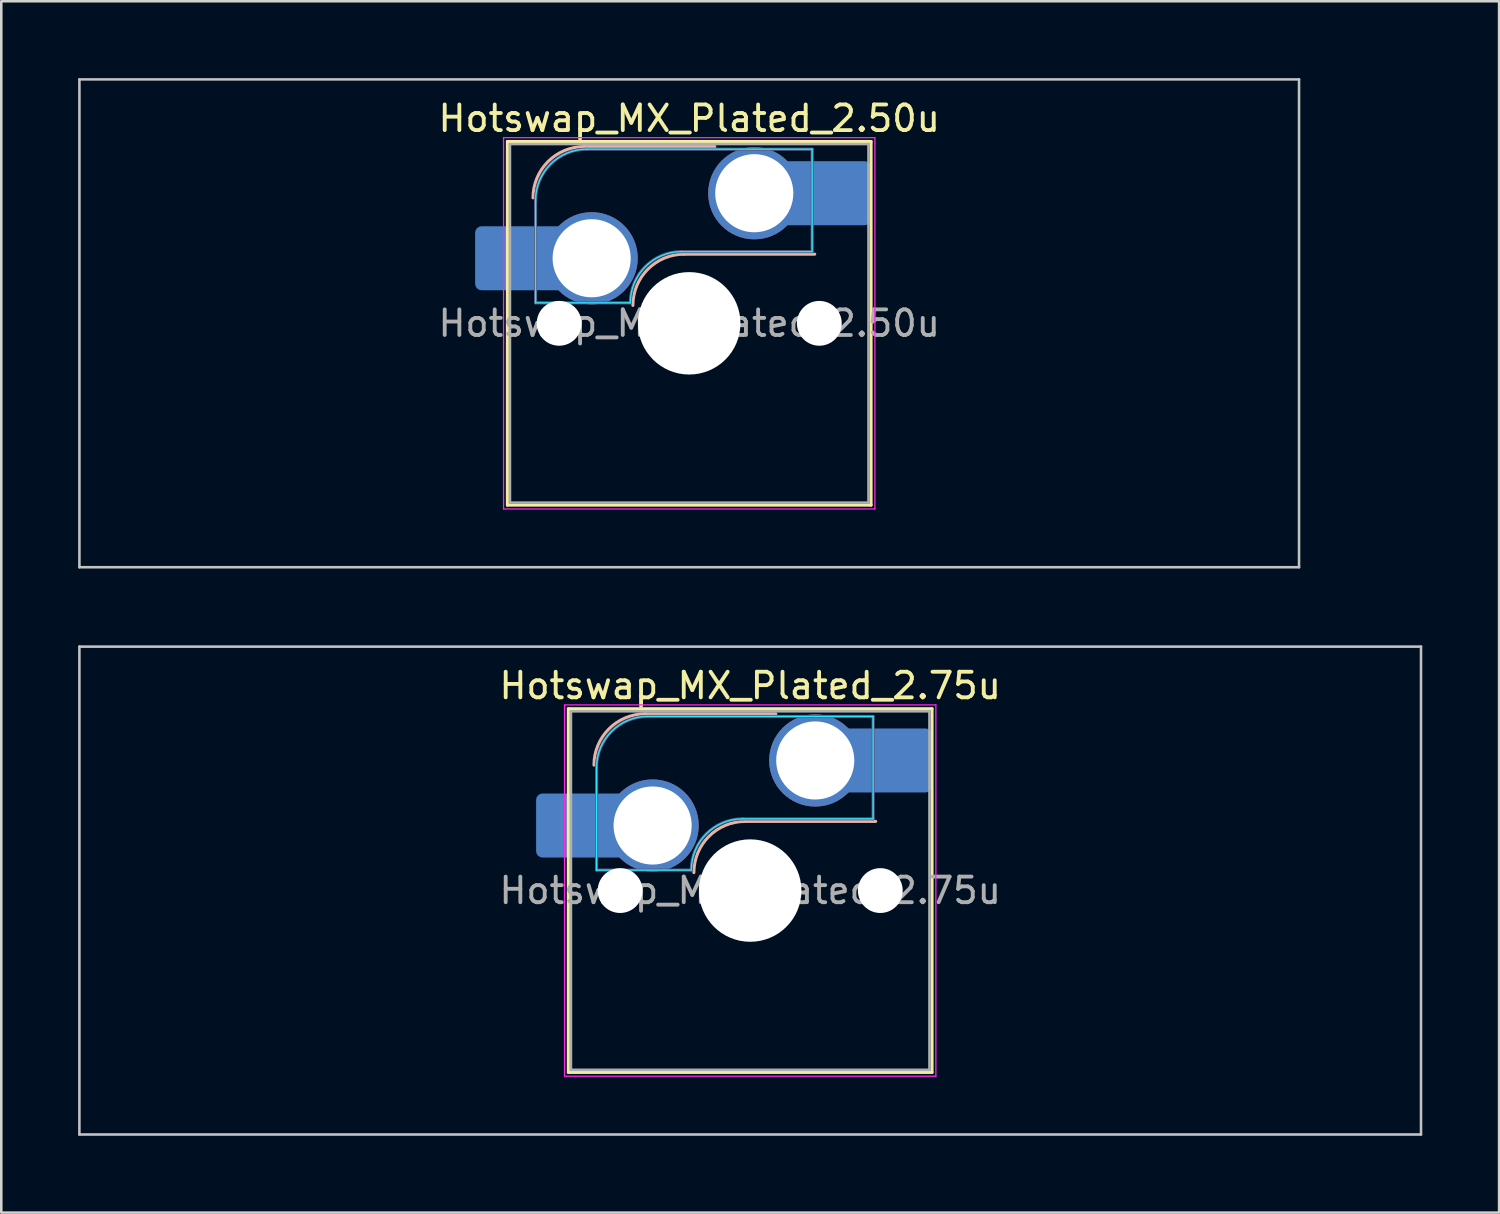
<source format=kicad_pcb>
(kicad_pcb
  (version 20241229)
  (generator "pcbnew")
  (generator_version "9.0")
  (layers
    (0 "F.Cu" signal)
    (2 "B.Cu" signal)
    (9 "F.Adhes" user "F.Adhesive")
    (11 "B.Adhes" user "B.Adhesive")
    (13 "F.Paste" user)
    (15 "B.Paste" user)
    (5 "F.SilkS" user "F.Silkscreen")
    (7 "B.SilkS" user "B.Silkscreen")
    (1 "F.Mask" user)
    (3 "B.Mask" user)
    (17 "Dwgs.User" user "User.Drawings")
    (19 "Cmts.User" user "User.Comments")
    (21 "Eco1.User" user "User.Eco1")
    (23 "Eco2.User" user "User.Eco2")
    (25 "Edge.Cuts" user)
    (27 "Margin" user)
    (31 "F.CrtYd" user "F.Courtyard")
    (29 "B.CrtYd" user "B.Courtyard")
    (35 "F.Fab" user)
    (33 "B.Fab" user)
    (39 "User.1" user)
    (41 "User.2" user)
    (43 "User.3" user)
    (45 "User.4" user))
  (footprint "Hotswap_MX_Plated_2.50u"
    (layer "F.Cu")
    (at 23.863 9.575)
    (property "Reference" "Hotswap_MX_Plated_2.50u" (at 0 -8 0) (layer "F.SilkS") (effects (font (size 1 1) (thickness 0.15))))
    (attr smd allow_soldermask_bridges)
    (fp_line (start -7.1 -7.1) (end -7.1 7.1) (stroke (width 0.12) (type solid)) (layer "F.SilkS"))
    (fp_line (start -7.1 7.1) (end 7.1 7.1) (stroke (width 0.12) (type solid)) (layer "F.SilkS"))
    (fp_line (start 7.1 -7.1) (end -7.1 -7.1) (stroke (width 0.12) (type solid)) (layer "F.SilkS"))
    (fp_line (start 7.1 7.1) (end 7.1 -7.1) (stroke (width 0.12) (type solid)) (layer "F.SilkS"))
    (fp_line (start -4.1 -6.9) (end 1 -6.9) (stroke (width 0.12) (type solid)) (layer "B.SilkS"))
    (fp_line (start -0.2 -2.7) (end 4.9 -2.7) (stroke (width 0.12) (type solid)) (layer "B.SilkS"))
    (fp_arc (start -6.1 -4.9) (mid -5.514214 -6.314214) (end -4.1 -6.9) (stroke (width 0.12) (type solid)) (layer "B.SilkS"))
    (fp_arc (start -2.2 -0.7) (mid -1.614214 -2.114214) (end -0.2 -2.7) (stroke (width 0.12) (type solid)) (layer "B.SilkS"))
    (fp_line (start -23.812 -9.525) (end -23.812 9.525) (stroke (width 0.1) (type solid)) (layer "Dwgs.User"))
    (fp_line (start -23.812 9.525) (end 23.812 9.525) (stroke (width 0.1) (type solid)) (layer "Dwgs.User"))
    (fp_line (start 23.812 -9.525) (end -23.812 -9.525) (stroke (width 0.1) (type solid)) (layer "Dwgs.User"))
    (fp_line (start 23.812 9.525) (end 23.812 -9.525) (stroke (width 0.1) (type solid)) (layer "Dwgs.User"))
    (fp_line (start -7.8 -6) (end -7 -6) (stroke (width 0.1) (type solid)) (layer "Eco1.User"))
    (fp_line (start -7.8 -2.9) (end -7.8 -6) (stroke (width 0.1) (type solid)) (layer "Eco1.User"))
    (fp_line (start -7.8 2.9) (end -7 2.9) (stroke (width 0.1) (type solid)) (layer "Eco1.User"))
    (fp_line (start -7.8 6) (end -7.8 2.9) (stroke (width 0.1) (type solid)) (layer "Eco1.User"))
    (fp_line (start -7 -7) (end 7 -7) (stroke (width 0.1) (type solid)) (layer "Eco1.User"))
    (fp_line (start -7 -6) (end -7 -7) (stroke (width 0.1) (type solid)) (layer "Eco1.User"))
    (fp_line (start -7 -2.9) (end -7.8 -2.9) (stroke (width 0.1) (type solid)) (layer "Eco1.User"))
    (fp_line (start -7 2.9) (end -7 -2.9) (stroke (width 0.1) (type solid)) (layer "Eco1.User"))
    (fp_line (start -7 6) (end -7.8 6) (stroke (width 0.1) (type solid)) (layer "Eco1.User"))
    (fp_line (start -7 7) (end -7 6) (stroke (width 0.1) (type solid)) (layer "Eco1.User"))
    (fp_line (start 7 -7) (end 7 -6) (stroke (width 0.1) (type solid)) (layer "Eco1.User"))
    (fp_line (start 7 -6) (end 7.8 -6) (stroke (width 0.1) (type solid)) (layer "Eco1.User"))
    (fp_line (start 7 -2.9) (end 7 2.9) (stroke (width 0.1) (type solid)) (layer "Eco1.User"))
    (fp_line (start 7 2.9) (end 7.8 2.9) (stroke (width 0.1) (type solid)) (layer "Eco1.User"))
    (fp_line (start 7 6) (end 7 7) (stroke (width 0.1) (type solid)) (layer "Eco1.User"))
    (fp_line (start 7 7) (end -7 7) (stroke (width 0.1) (type solid)) (layer "Eco1.User"))
    (fp_line (start 7.8 -6) (end 7.8 -2.9) (stroke (width 0.1) (type solid)) (layer "Eco1.User"))
    (fp_line (start 7.8 -2.9) (end 7 -2.9) (stroke (width 0.1) (type solid)) (layer "Eco1.User"))
    (fp_line (start 7.8 2.9) (end 7.8 6) (stroke (width 0.1) (type solid)) (layer "Eco1.User"))
    (fp_line (start 7.8 6) (end 7 6) (stroke (width 0.1) (type solid)) (layer "Eco1.User"))
    (fp_line (start -6 -0.8) (end -6 -4.8) (stroke (width 0.05) (type solid)) (layer "B.CrtYd"))
    (fp_line (start -6 -0.8) (end -2.3 -0.8) (stroke (width 0.05) (type solid)) (layer "B.CrtYd"))
    (fp_line (start -4 -6.8) (end 4.8 -6.8) (stroke (width 0.05) (type solid)) (layer "B.CrtYd"))
    (fp_line (start -0.3 -2.8) (end 4.8 -2.8) (stroke (width 0.05) (type solid)) (layer "B.CrtYd"))
    (fp_line (start 4.8 -6.8) (end 4.8 -2.8) (stroke (width 0.05) (type solid)) (layer "B.CrtYd"))
    (fp_arc (start -6 -4.8) (mid -5.414214 -6.214214) (end -4 -6.8) (stroke (width 0.05) (type solid)) (layer "B.CrtYd"))
    (fp_arc (start -2.3 -0.8) (mid -1.714214 -2.214214) (end -0.3 -2.8) (stroke (width 0.05) (type solid)) (layer "B.CrtYd"))
    (fp_line (start -7.25 -7.25) (end -7.25 7.25) (stroke (width 0.05) (type solid)) (layer "F.CrtYd"))
    (fp_line (start -7.25 7.25) (end 7.25 7.25) (stroke (width 0.05) (type solid)) (layer "F.CrtYd"))
    (fp_line (start 7.25 -7.25) (end -7.25 -7.25) (stroke (width 0.05) (type solid)) (layer "F.CrtYd"))
    (fp_line (start 7.25 7.25) (end 7.25 -7.25) (stroke (width 0.05) (type solid)) (layer "F.CrtYd"))
    (fp_line (start -6 -0.8) (end -6 -4.8) (stroke (width 0.12) (type solid)) (layer "B.Fab"))
    (fp_line (start -6 -0.8) (end -2.3 -0.8) (stroke (width 0.12) (type solid)) (layer "B.Fab"))
    (fp_line (start -4 -6.8) (end 4.8 -6.8) (stroke (width 0.12) (type solid)) (layer "B.Fab"))
    (fp_line (start -0.3 -2.8) (end 4.8 -2.8) (stroke (width 0.12) (type solid)) (layer "B.Fab"))
    (fp_line (start 4.8 -6.8) (end 4.8 -2.8) (stroke (width 0.12) (type solid)) (layer "B.Fab"))
    (fp_arc (start -6 -4.8) (mid -5.414214 -6.214214) (end -4 -6.8) (stroke (width 0.12) (type solid)) (layer "B.Fab"))
    (fp_arc (start -2.3 -0.8) (mid -1.714214 -2.214214) (end -0.3 -2.8) (stroke (width 0.12) (type solid)) (layer "B.Fab"))
    (fp_line (start -7 -7) (end -7 7) (stroke (width 0.1) (type solid)) (layer "F.Fab"))
    (fp_line (start -7 7) (end 7 7) (stroke (width 0.1) (type solid)) (layer "F.Fab"))
    (fp_line (start 7 -7) (end -7 -7) (stroke (width 0.1) (type solid)) (layer "F.Fab"))
    (fp_line (start 7 7) (end 7 -7) (stroke (width 0.1) (type solid)) (layer "F.Fab"))
    (fp_text user "${REFERENCE}" (at 0 0 0) (layer "F.Fab") (effects (font (size 1 1) (thickness 0.15))))
    (pad "" smd roundrect (at -7.085 -2.54) (size 2.55 2.5) (layers "B.Mask" "B.Paste") (roundrect_rratio 0.1))
    (pad "" np_thru_hole circle (at -5.08 0) (size 1.75 1.75) (drill 1.75) (layers "*.Cu" "*.Mask"))
    (pad "" np_thru_hole circle (at 0 0) (size 4 4) (drill 4) (layers "*.Cu" "*.Mask"))
    (pad "" np_thru_hole circle (at 5.08 0) (size 1.75 1.75) (drill 1.75) (layers "*.Cu" "*.Mask"))
    (pad "" smd roundrect (at 5.842 -5.08) (size 2.55 2.5) (layers "B.Mask" "B.Paste") (roundrect_rratio 0.1))
    (pad "1" smd roundrect (at -6.585 -2.54) (size 3.55 2.5) (layers "B.Cu") (roundrect_rratio 0.1))
    (pad "1" thru_hole circle (at -3.81 -2.54) (size 3.6 3.6) (drill 3.05) (layers "*.Cu" "*.Mask"))
    (pad "2" thru_hole circle (at 2.54 -5.08) (size 3.6 3.6) (drill 3.05) (layers "*.Cu" "*.Mask"))
    (pad "2" smd roundrect (at 5.32 -5.08) (size 3.55 2.5) (layers "B.Cu") (roundrect_rratio 0.1)))
  (footprint "Hotswap_MX_Plated_2.75u"
    (layer "F.Cu")
    (at 26.244 31.725)
    (property "Reference" "Hotswap_MX_Plated_2.75u" (at 0 -8 0) (layer "F.SilkS") (effects (font (size 1 1) (thickness 0.15))))
    (attr smd allow_soldermask_bridges)
    (fp_line (start -7.1 -7.1) (end -7.1 7.1) (stroke (width 0.12) (type solid)) (layer "F.SilkS"))
    (fp_line (start -7.1 7.1) (end 7.1 7.1) (stroke (width 0.12) (type solid)) (layer "F.SilkS"))
    (fp_line (start 7.1 -7.1) (end -7.1 -7.1) (stroke (width 0.12) (type solid)) (layer "F.SilkS"))
    (fp_line (start 7.1 7.1) (end 7.1 -7.1) (stroke (width 0.12) (type solid)) (layer "F.SilkS"))
    (fp_line (start -4.1 -6.9) (end 1 -6.9) (stroke (width 0.12) (type solid)) (layer "B.SilkS"))
    (fp_line (start -0.2 -2.7) (end 4.9 -2.7) (stroke (width 0.12) (type solid)) (layer "B.SilkS"))
    (fp_arc (start -6.1 -4.9) (mid -5.514214 -6.314214) (end -4.1 -6.9) (stroke (width 0.12) (type solid)) (layer "B.SilkS"))
    (fp_arc (start -2.2 -0.7) (mid -1.614214 -2.114214) (end -0.2 -2.7) (stroke (width 0.12) (type solid)) (layer "B.SilkS"))
    (fp_line (start -26.194 -9.525) (end -26.194 9.525) (stroke (width 0.1) (type solid)) (layer "Dwgs.User"))
    (fp_line (start -26.194 9.525) (end 26.194 9.525) (stroke (width 0.1) (type solid)) (layer "Dwgs.User"))
    (fp_line (start 26.194 -9.525) (end -26.194 -9.525) (stroke (width 0.1) (type solid)) (layer "Dwgs.User"))
    (fp_line (start 26.194 9.525) (end 26.194 -9.525) (stroke (width 0.1) (type solid)) (layer "Dwgs.User"))
    (fp_line (start -7.8 -6) (end -7 -6) (stroke (width 0.1) (type solid)) (layer "Eco1.User"))
    (fp_line (start -7.8 -2.9) (end -7.8 -6) (stroke (width 0.1) (type solid)) (layer "Eco1.User"))
    (fp_line (start -7.8 2.9) (end -7 2.9) (stroke (width 0.1) (type solid)) (layer "Eco1.User"))
    (fp_line (start -7.8 6) (end -7.8 2.9) (stroke (width 0.1) (type solid)) (layer "Eco1.User"))
    (fp_line (start -7 -7) (end 7 -7) (stroke (width 0.1) (type solid)) (layer "Eco1.User"))
    (fp_line (start -7 -6) (end -7 -7) (stroke (width 0.1) (type solid)) (layer "Eco1.User"))
    (fp_line (start -7 -2.9) (end -7.8 -2.9) (stroke (width 0.1) (type solid)) (layer "Eco1.User"))
    (fp_line (start -7 2.9) (end -7 -2.9) (stroke (width 0.1) (type solid)) (layer "Eco1.User"))
    (fp_line (start -7 6) (end -7.8 6) (stroke (width 0.1) (type solid)) (layer "Eco1.User"))
    (fp_line (start -7 7) (end -7 6) (stroke (width 0.1) (type solid)) (layer "Eco1.User"))
    (fp_line (start 7 -7) (end 7 -6) (stroke (width 0.1) (type solid)) (layer "Eco1.User"))
    (fp_line (start 7 -6) (end 7.8 -6) (stroke (width 0.1) (type solid)) (layer "Eco1.User"))
    (fp_line (start 7 -2.9) (end 7 2.9) (stroke (width 0.1) (type solid)) (layer "Eco1.User"))
    (fp_line (start 7 2.9) (end 7.8 2.9) (stroke (width 0.1) (type solid)) (layer "Eco1.User"))
    (fp_line (start 7 6) (end 7 7) (stroke (width 0.1) (type solid)) (layer "Eco1.User"))
    (fp_line (start 7 7) (end -7 7) (stroke (width 0.1) (type solid)) (layer "Eco1.User"))
    (fp_line (start 7.8 -6) (end 7.8 -2.9) (stroke (width 0.1) (type solid)) (layer "Eco1.User"))
    (fp_line (start 7.8 -2.9) (end 7 -2.9) (stroke (width 0.1) (type solid)) (layer "Eco1.User"))
    (fp_line (start 7.8 2.9) (end 7.8 6) (stroke (width 0.1) (type solid)) (layer "Eco1.User"))
    (fp_line (start 7.8 6) (end 7 6) (stroke (width 0.1) (type solid)) (layer "Eco1.User"))
    (fp_line (start -6 -0.8) (end -6 -4.8) (stroke (width 0.05) (type solid)) (layer "B.CrtYd"))
    (fp_line (start -6 -0.8) (end -2.3 -0.8) (stroke (width 0.05) (type solid)) (layer "B.CrtYd"))
    (fp_line (start -4 -6.8) (end 4.8 -6.8) (stroke (width 0.05) (type solid)) (layer "B.CrtYd"))
    (fp_line (start -0.3 -2.8) (end 4.8 -2.8) (stroke (width 0.05) (type solid)) (layer "B.CrtYd"))
    (fp_line (start 4.8 -6.8) (end 4.8 -2.8) (stroke (width 0.05) (type solid)) (layer "B.CrtYd"))
    (fp_arc (start -6 -4.8) (mid -5.414214 -6.214214) (end -4 -6.8) (stroke (width 0.05) (type solid)) (layer "B.CrtYd"))
    (fp_arc (start -2.3 -0.8) (mid -1.714214 -2.214214) (end -0.3 -2.8) (stroke (width 0.05) (type solid)) (layer "B.CrtYd"))
    (fp_line (start -7.25 -7.25) (end -7.25 7.25) (stroke (width 0.05) (type solid)) (layer "F.CrtYd"))
    (fp_line (start -7.25 7.25) (end 7.25 7.25) (stroke (width 0.05) (type solid)) (layer "F.CrtYd"))
    (fp_line (start 7.25 -7.25) (end -7.25 -7.25) (stroke (width 0.05) (type solid)) (layer "F.CrtYd"))
    (fp_line (start 7.25 7.25) (end 7.25 -7.25) (stroke (width 0.05) (type solid)) (layer "F.CrtYd"))
    (fp_line (start -6 -0.8) (end -6 -4.8) (stroke (width 0.12) (type solid)) (layer "B.Fab"))
    (fp_line (start -6 -0.8) (end -2.3 -0.8) (stroke (width 0.12) (type solid)) (layer "B.Fab"))
    (fp_line (start -4 -6.8) (end 4.8 -6.8) (stroke (width 0.12) (type solid)) (layer "B.Fab"))
    (fp_line (start -0.3 -2.8) (end 4.8 -2.8) (stroke (width 0.12) (type solid)) (layer "B.Fab"))
    (fp_line (start 4.8 -6.8) (end 4.8 -2.8) (stroke (width 0.12) (type solid)) (layer "B.Fab"))
    (fp_arc (start -6 -4.8) (mid -5.414214 -6.214214) (end -4 -6.8) (stroke (width 0.12) (type solid)) (layer "B.Fab"))
    (fp_arc (start -2.3 -0.8) (mid -1.714214 -2.214214) (end -0.3 -2.8) (stroke (width 0.12) (type solid)) (layer "B.Fab"))
    (fp_line (start -7 -7) (end -7 7) (stroke (width 0.1) (type solid)) (layer "F.Fab"))
    (fp_line (start -7 7) (end 7 7) (stroke (width 0.1) (type solid)) (layer "F.Fab"))
    (fp_line (start 7 -7) (end -7 -7) (stroke (width 0.1) (type solid)) (layer "F.Fab"))
    (fp_line (start 7 7) (end 7 -7) (stroke (width 0.1) (type solid)) (layer "F.Fab"))
    (fp_text user "${REFERENCE}" (at 0 0 0) (layer "F.Fab") (effects (font (size 1 1) (thickness 0.15))))
    (pad "" smd roundrect (at -7.085 -2.54) (size 2.55 2.5) (layers "B.Mask" "B.Paste") (roundrect_rratio 0.1))
    (pad "" np_thru_hole circle (at -5.08 0) (size 1.75 1.75) (drill 1.75) (layers "*.Cu" "*.Mask"))
    (pad "" np_thru_hole circle (at 0 0) (size 4 4) (drill 4) (layers "*.Cu" "*.Mask"))
    (pad "" np_thru_hole circle (at 5.08 0) (size 1.75 1.75) (drill 1.75) (layers "*.Cu" "*.Mask"))
    (pad "" smd roundrect (at 5.842 -5.08) (size 2.55 2.5) (layers "B.Mask" "B.Paste") (roundrect_rratio 0.1))
    (pad "1" smd roundrect (at -6.585 -2.54) (size 3.55 2.5) (layers "B.Cu") (roundrect_rratio 0.1))
    (pad "1" thru_hole circle (at -3.81 -2.54) (size 3.6 3.6) (drill 3.05) (layers "*.Cu" "*.Mask"))
    (pad "2" thru_hole circle (at 2.54 -5.08) (size 3.6 3.6) (drill 3.05) (layers "*.Cu" "*.Mask"))
    (pad "2" smd roundrect (at 5.32 -5.08) (size 3.55 2.5) (layers "B.Cu") (roundrect_rratio 0.1)))
  (gr_rect
    (start -3 -3)
    (end 55.487 44.3)
    (stroke (width 0.1) (type default))
    (fill no)
    (layer "Edge.Cuts")))
</source>
